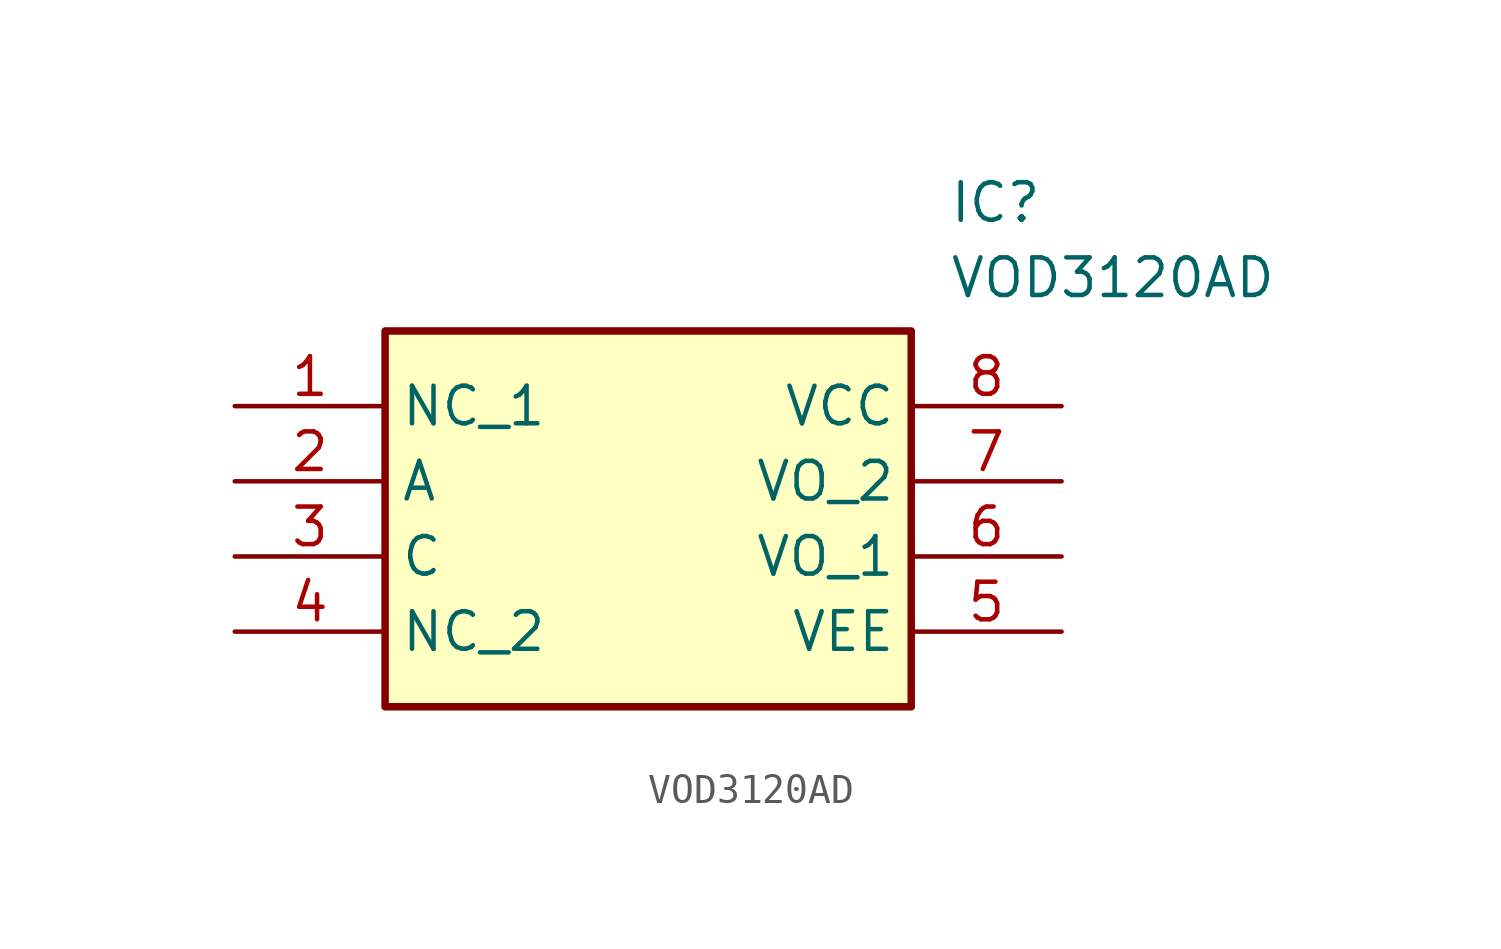
<source format=kicad_sym>
(kicad_symbol_lib
  (version 20211014)
  (generator SamacSys_ECAD_Model)
  (symbol "VOD3120AD"
    (property "Reference" "IC"
      (at 24.13 7.62 0)
      (effects (font (size 1.27 1.27)) (justify left top)))
    (property "Value" "VOD3120AD"
      (at 24.13 5.08 0)
      (effects (font (size 1.27 1.27)) (justify left top)))
    (rectangle
      (start 5.08 2.54)
      (end 22.86 -10.16)
      (stroke (width 0.254) (type default))
      (fill (type background)))
    (pin passive line
      (at 0 0 0)
      (length 5.08)
      (name "NC_1" (effects (font (size 1.27 1.27))))
      (number "1" (effects (font (size 1.27 1.27)))))
    (pin passive line
      (at 0 -2.54 0)
      (length 5.08)
      (name "A" (effects (font (size 1.27 1.27))))
      (number "2" (effects (font (size 1.27 1.27)))))
    (pin passive line
      (at 0 -5.08 0)
      (length 5.08)
      (name "C" (effects (font (size 1.27 1.27))))
      (number "3" (effects (font (size 1.27 1.27)))))
    (pin passive line
      (at 0 -7.62 0)
      (length 5.08)
      (name "NC_2" (effects (font (size 1.27 1.27))))
      (number "4" (effects (font (size 1.27 1.27)))))
    (pin passive line
      (at 27.94 0 180)
      (length 5.08)
      (name "VCC" (effects (font (size 1.27 1.27))))
      (number "8" (effects (font (size 1.27 1.27)))))
    (pin passive line
      (at 27.94 -2.54 180)
      (length 5.08)
      (name "VO_2" (effects (font (size 1.27 1.27))))
      (number "7" (effects (font (size 1.27 1.27)))))
    (pin passive line
      (at 27.94 -5.08 180)
      (length 5.08)
      (name "VO_1" (effects (font (size 1.27 1.27))))
      (number "6" (effects (font (size 1.27 1.27)))))
    (pin passive line
      (at 27.94 -7.62 180)
      (length 5.08)
      (name "VEE" (effects (font (size 1.27 1.27))))
      (number "5" (effects (font (size 1.27 1.27)))))))
</source>
